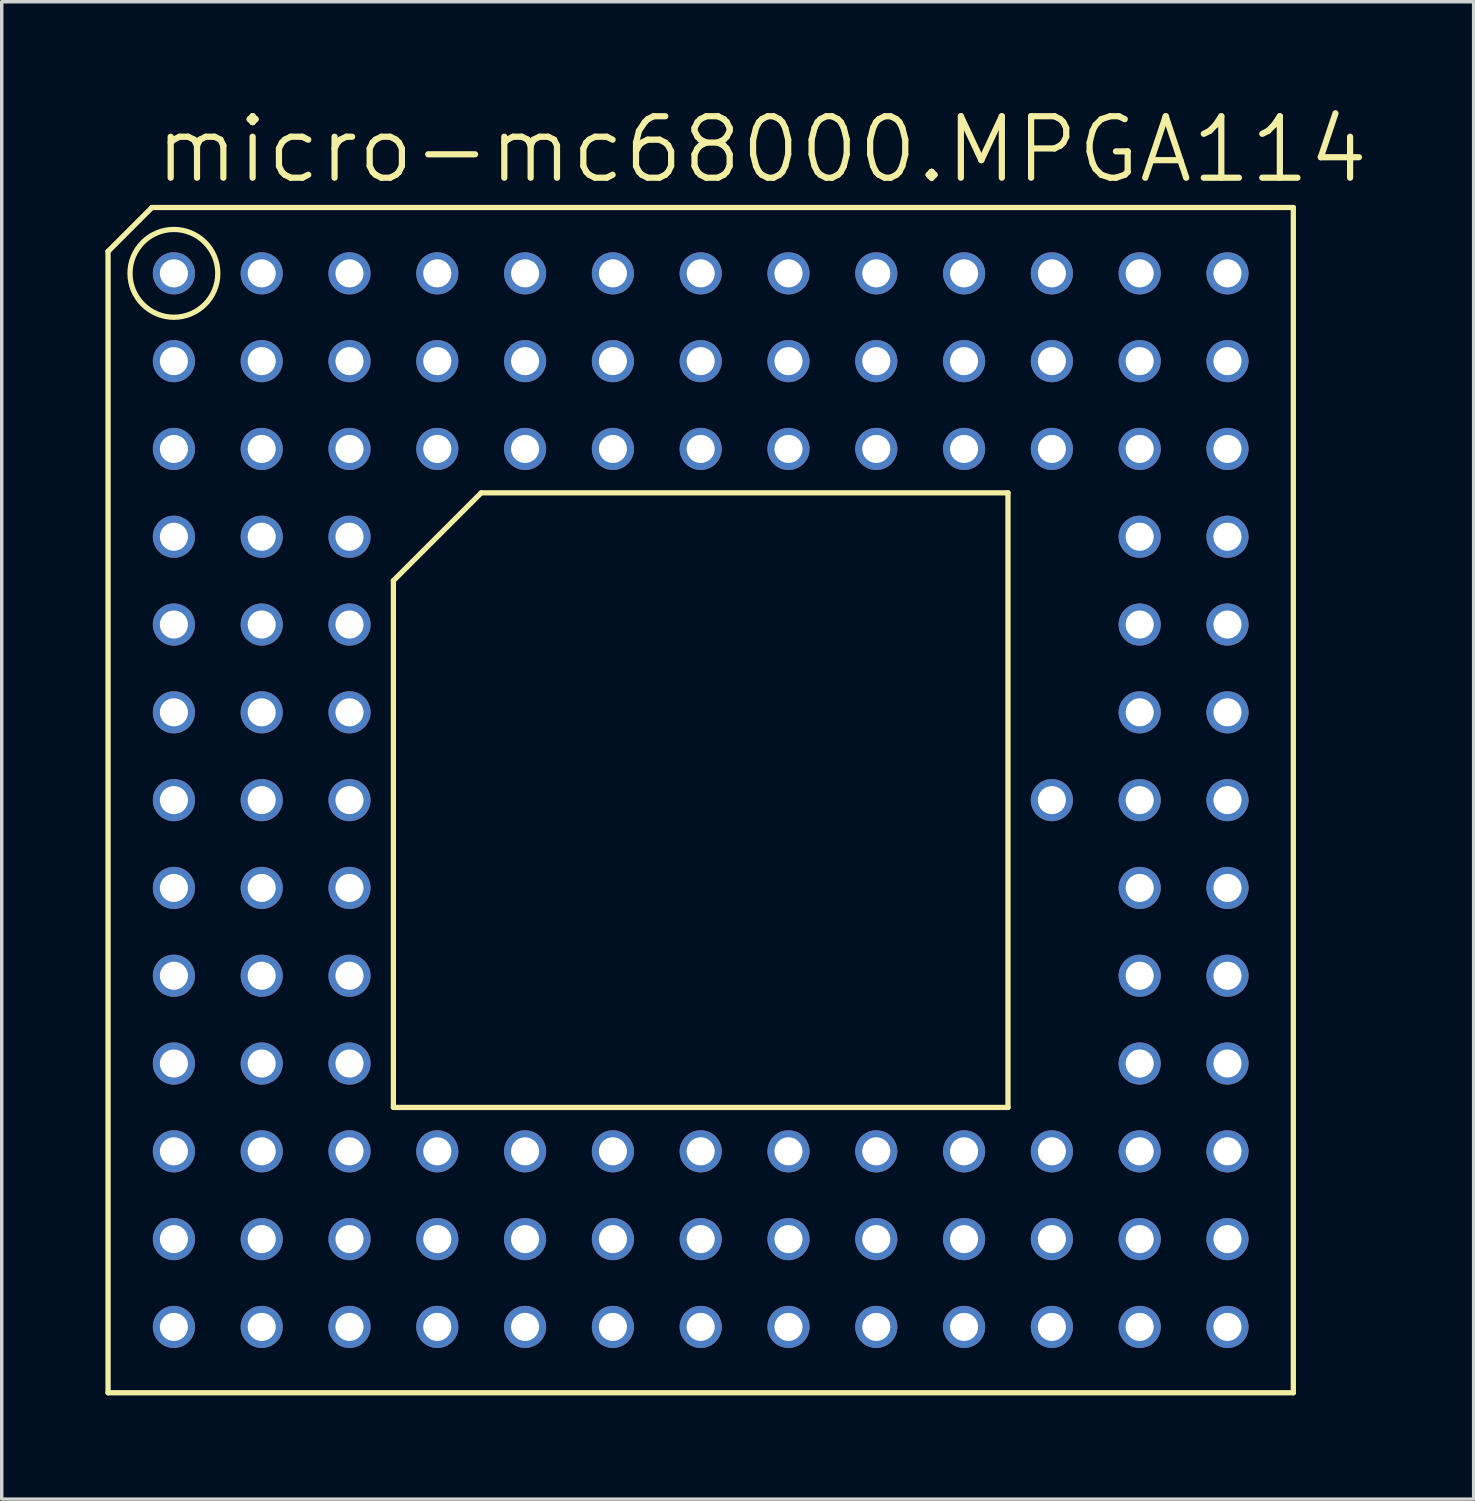
<source format=kicad_pcb>
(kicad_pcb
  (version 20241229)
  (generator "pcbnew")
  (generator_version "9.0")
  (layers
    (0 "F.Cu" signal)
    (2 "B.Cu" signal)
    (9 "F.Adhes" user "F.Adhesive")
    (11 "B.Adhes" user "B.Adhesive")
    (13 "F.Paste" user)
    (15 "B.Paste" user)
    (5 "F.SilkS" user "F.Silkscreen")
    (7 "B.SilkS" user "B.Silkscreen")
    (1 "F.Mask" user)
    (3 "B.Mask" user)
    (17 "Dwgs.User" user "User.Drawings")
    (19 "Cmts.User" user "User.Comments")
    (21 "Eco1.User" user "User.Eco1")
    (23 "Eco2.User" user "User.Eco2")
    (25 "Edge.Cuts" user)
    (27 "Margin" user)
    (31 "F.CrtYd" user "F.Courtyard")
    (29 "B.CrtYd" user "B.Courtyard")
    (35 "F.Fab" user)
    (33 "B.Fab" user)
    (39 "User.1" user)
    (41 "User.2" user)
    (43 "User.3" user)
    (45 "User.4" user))
  (footprint "micro-mc68000.MPGA114"
    (layer "F.Cu")
    (at 17.221 20.098)
    (property "Reference" "micro-mc68000.MPGA114" (at -15.875 -17.78 0) (layer "F.SilkS") (effects (font (size 1.778 1.778) (thickness 0.18)) (justify left bottom)))
    (attr through_hole)
    (fp_line (start -17.145 -15.875) (end -15.875 -17.145) (stroke (width 0.152) (type default)) (layer "F.SilkS"))
    (fp_line (start -17.145 17.145) (end -17.145 -15.875) (stroke (width 0.152) (type default)) (layer "F.SilkS"))
    (fp_line (start -15.875 -17.145) (end 17.145 -17.145) (stroke (width 0.152) (type default)) (layer "F.SilkS"))
    (fp_line (start -8.89 8.89) (end -8.89 -6.35) (stroke (width 0.152) (type default)) (layer "F.SilkS"))
    (fp_line (start -8.89 8.89) (end 8.89 8.89) (stroke (width 0.152) (type default)) (layer "F.SilkS"))
    (fp_line (start -6.35 -8.89) (end -8.89 -6.35) (stroke (width 0.152) (type default)) (layer "F.SilkS"))
    (fp_line (start -6.35 -8.89) (end 8.89 -8.89) (stroke (width 0.152) (type default)) (layer "F.SilkS"))
    (fp_line (start 8.89 -8.89) (end 8.89 8.89) (stroke (width 0.152) (type default)) (layer "F.SilkS"))
    (fp_line (start 17.145 -17.145) (end 17.145 17.145) (stroke (width 0.152) (type default)) (layer "F.SilkS"))
    (fp_line (start 17.145 17.145) (end -17.145 17.145) (stroke (width 0.152) (type default)) (layer "F.SilkS"))
    (fp_circle (center -15.24 -15.24) (end -13.97 -15.24) (stroke (width 0.152) (type default)) (fill no) (layer "F.SilkS"))
    (pad "A01" thru_hole circle (at -15.24 -15.24) (size 1.219 1.219) (drill 0.813) (layers "*.Cu" "*.Mask"))
    (pad "A02" thru_hole circle (at -12.7 -15.24) (size 1.219 1.219) (drill 0.813) (layers "*.Cu" "*.Mask"))
    (pad "A03" thru_hole circle (at -10.16 -15.24) (size 1.219 1.219) (drill 0.813) (layers "*.Cu" "*.Mask"))
    (pad "A04" thru_hole circle (at -7.62 -15.24) (size 1.219 1.219) (drill 0.813) (layers "*.Cu" "*.Mask"))
    (pad "A05" thru_hole circle (at -5.08 -15.24) (size 1.219 1.219) (drill 0.813) (layers "*.Cu" "*.Mask"))
    (pad "A06" thru_hole circle (at -2.54 -15.24) (size 1.219 1.219) (drill 0.813) (layers "*.Cu" "*.Mask"))
    (pad "A07" thru_hole circle (at 0 -15.24) (size 1.219 1.219) (drill 0.813) (layers "*.Cu" "*.Mask"))
    (pad "A08" thru_hole circle (at 2.54 -15.24) (size 1.219 1.219) (drill 0.813) (layers "*.Cu" "*.Mask"))
    (pad "A09" thru_hole circle (at 5.08 -15.24) (size 1.219 1.219) (drill 0.813) (layers "*.Cu" "*.Mask"))
    (pad "A10" thru_hole circle (at 7.62 -15.24) (size 1.219 1.219) (drill 0.813) (layers "*.Cu" "*.Mask"))
    (pad "A11" thru_hole circle (at 10.16 -15.24) (size 1.219 1.219) (drill 0.813) (layers "*.Cu" "*.Mask"))
    (pad "A12" thru_hole circle (at 12.7 -15.24) (size 1.219 1.219) (drill 0.813) (layers "*.Cu" "*.Mask"))
    (pad "A13" thru_hole circle (at 15.24 -15.24) (size 1.219 1.219) (drill 0.813) (layers "*.Cu" "*.Mask"))
    (pad "B01" thru_hole circle (at -15.24 -12.7) (size 1.219 1.219) (drill 0.813) (layers "*.Cu" "*.Mask"))
    (pad "B02" thru_hole circle (at -12.7 -12.7) (size 1.219 1.219) (drill 0.813) (layers "*.Cu" "*.Mask"))
    (pad "B03" thru_hole circle (at -10.16 -12.7) (size 1.219 1.219) (drill 0.813) (layers "*.Cu" "*.Mask"))
    (pad "B04" thru_hole circle (at -7.62 -12.7) (size 1.219 1.219) (drill 0.813) (layers "*.Cu" "*.Mask"))
    (pad "B05" thru_hole circle (at -5.08 -12.7) (size 1.219 1.219) (drill 0.813) (layers "*.Cu" "*.Mask"))
    (pad "B06" thru_hole circle (at -2.54 -12.7) (size 1.219 1.219) (drill 0.813) (layers "*.Cu" "*.Mask"))
    (pad "B07" thru_hole circle (at 0 -12.7) (size 1.219 1.219) (drill 0.813) (layers "*.Cu" "*.Mask"))
    (pad "B08" thru_hole circle (at 2.54 -12.7) (size 1.219 1.219) (drill 0.813) (layers "*.Cu" "*.Mask"))
    (pad "B09" thru_hole circle (at 5.08 -12.7) (size 1.219 1.219) (drill 0.813) (layers "*.Cu" "*.Mask"))
    (pad "B10" thru_hole circle (at 7.62 -12.7) (size 1.219 1.219) (drill 0.813) (layers "*.Cu" "*.Mask"))
    (pad "B11" thru_hole circle (at 10.16 -12.7) (size 1.219 1.219) (drill 0.813) (layers "*.Cu" "*.Mask"))
    (pad "B12" thru_hole circle (at 12.7 -12.7) (size 1.219 1.219) (drill 0.813) (layers "*.Cu" "*.Mask"))
    (pad "B13" thru_hole circle (at 15.24 -12.7) (size 1.219 1.219) (drill 0.813) (layers "*.Cu" "*.Mask"))
    (pad "C01" thru_hole circle (at -15.24 -10.16) (size 1.219 1.219) (drill 0.813) (layers "*.Cu" "*.Mask"))
    (pad "C02" thru_hole circle (at -12.7 -10.16) (size 1.219 1.219) (drill 0.813) (layers "*.Cu" "*.Mask"))
    (pad "C03" thru_hole circle (at -10.16 -10.16) (size 1.219 1.219) (drill 0.813) (layers "*.Cu" "*.Mask"))
    (pad "C04" thru_hole circle (at -7.62 -10.16) (size 1.219 1.219) (drill 0.813) (layers "*.Cu" "*.Mask"))
    (pad "C05" thru_hole circle (at -5.08 -10.16) (size 1.219 1.219) (drill 0.813) (layers "*.Cu" "*.Mask"))
    (pad "C06" thru_hole circle (at -2.54 -10.16) (size 1.219 1.219) (drill 0.813) (layers "*.Cu" "*.Mask"))
    (pad "C07" thru_hole circle (at 0 -10.16) (size 1.219 1.219) (drill 0.813) (layers "*.Cu" "*.Mask"))
    (pad "C08" thru_hole circle (at 2.54 -10.16) (size 1.219 1.219) (drill 0.813) (layers "*.Cu" "*.Mask"))
    (pad "C09" thru_hole circle (at 5.08 -10.16) (size 1.219 1.219) (drill 0.813) (layers "*.Cu" "*.Mask"))
    (pad "C10" thru_hole circle (at 7.62 -10.16) (size 1.219 1.219) (drill 0.813) (layers "*.Cu" "*.Mask"))
    (pad "C11" thru_hole circle (at 10.16 -10.16) (size 1.219 1.219) (drill 0.813) (layers "*.Cu" "*.Mask"))
    (pad "C12" thru_hole circle (at 12.7 -10.16) (size 1.219 1.219) (drill 0.813) (layers "*.Cu" "*.Mask"))
    (pad "C13" thru_hole circle (at 15.24 -10.16) (size 1.219 1.219) (drill 0.813) (layers "*.Cu" "*.Mask"))
    (pad "D01" thru_hole circle (at -15.24 -7.62) (size 1.219 1.219) (drill 0.813) (layers "*.Cu" "*.Mask"))
    (pad "D02" thru_hole circle (at -12.7 -7.62) (size 1.219 1.219) (drill 0.813) (layers "*.Cu" "*.Mask"))
    (pad "D03" thru_hole circle (at -10.16 -7.62) (size 1.219 1.219) (drill 0.813) (layers "*.Cu" "*.Mask"))
    (pad "D12" thru_hole circle (at 12.7 -7.62) (size 1.219 1.219) (drill 0.813) (layers "*.Cu" "*.Mask"))
    (pad "D13" thru_hole circle (at 15.24 -7.62) (size 1.219 1.219) (drill 0.813) (layers "*.Cu" "*.Mask"))
    (pad "E01" thru_hole circle (at -15.24 -5.08) (size 1.219 1.219) (drill 0.813) (layers "*.Cu" "*.Mask"))
    (pad "E02" thru_hole circle (at -12.7 -5.08) (size 1.219 1.219) (drill 0.813) (layers "*.Cu" "*.Mask"))
    (pad "E03" thru_hole circle (at -10.16 -5.08) (size 1.219 1.219) (drill 0.813) (layers "*.Cu" "*.Mask"))
    (pad "E12" thru_hole circle (at 12.7 -5.08) (size 1.219 1.219) (drill 0.813) (layers "*.Cu" "*.Mask"))
    (pad "E13" thru_hole circle (at 15.24 -5.08) (size 1.219 1.219) (drill 0.813) (layers "*.Cu" "*.Mask"))
    (pad "F01" thru_hole circle (at -15.24 -2.54) (size 1.219 1.219) (drill 0.813) (layers "*.Cu" "*.Mask"))
    (pad "F02" thru_hole circle (at -12.7 -2.54) (size 1.219 1.219) (drill 0.813) (layers "*.Cu" "*.Mask"))
    (pad "F03" thru_hole circle (at -10.16 -2.54) (size 1.219 1.219) (drill 0.813) (layers "*.Cu" "*.Mask"))
    (pad "F12" thru_hole circle (at 12.7 -2.54) (size 1.219 1.219) (drill 0.813) (layers "*.Cu" "*.Mask"))
    (pad "F13" thru_hole circle (at 15.24 -2.54) (size 1.219 1.219) (drill 0.813) (layers "*.Cu" "*.Mask"))
    (pad "G01" thru_hole circle (at -15.24 0) (size 1.219 1.219) (drill 0.813) (layers "*.Cu" "*.Mask"))
    (pad "G02" thru_hole circle (at -12.7 0) (size 1.219 1.219) (drill 0.813) (layers "*.Cu" "*.Mask"))
    (pad "G03" thru_hole circle (at -10.16 0) (size 1.219 1.219) (drill 0.813) (layers "*.Cu" "*.Mask"))
    (pad "G11" thru_hole circle (at 10.16 0) (size 1.219 1.219) (drill 0.813) (layers "*.Cu" "*.Mask"))
    (pad "G12" thru_hole circle (at 12.7 0) (size 1.219 1.219) (drill 0.813) (layers "*.Cu" "*.Mask"))
    (pad "G13" thru_hole circle (at 15.24 0) (size 1.219 1.219) (drill 0.813) (layers "*.Cu" "*.Mask"))
    (pad "H01" thru_hole circle (at -15.24 2.54) (size 1.219 1.219) (drill 0.813) (layers "*.Cu" "*.Mask"))
    (pad "H02" thru_hole circle (at -12.7 2.54) (size 1.219 1.219) (drill 0.813) (layers "*.Cu" "*.Mask"))
    (pad "H03" thru_hole circle (at -10.16 2.54) (size 1.219 1.219) (drill 0.813) (layers "*.Cu" "*.Mask"))
    (pad "H12" thru_hole circle (at 12.7 2.54) (size 1.219 1.219) (drill 0.813) (layers "*.Cu" "*.Mask"))
    (pad "H13" thru_hole circle (at 15.24 2.54) (size 1.219 1.219) (drill 0.813) (layers "*.Cu" "*.Mask"))
    (pad "J01" thru_hole circle (at -15.24 5.08) (size 1.219 1.219) (drill 0.813) (layers "*.Cu" "*.Mask"))
    (pad "J02" thru_hole circle (at -12.7 5.08) (size 1.219 1.219) (drill 0.813) (layers "*.Cu" "*.Mask"))
    (pad "J03" thru_hole circle (at -10.16 5.08) (size 1.219 1.219) (drill 0.813) (layers "*.Cu" "*.Mask"))
    (pad "J12" thru_hole circle (at 12.7 5.08) (size 1.219 1.219) (drill 0.813) (layers "*.Cu" "*.Mask"))
    (pad "J13" thru_hole circle (at 15.24 5.08) (size 1.219 1.219) (drill 0.813) (layers "*.Cu" "*.Mask"))
    (pad "K01" thru_hole circle (at -15.24 7.62) (size 1.219 1.219) (drill 0.813) (layers "*.Cu" "*.Mask"))
    (pad "K02" thru_hole circle (at -12.7 7.62) (size 1.219 1.219) (drill 0.813) (layers "*.Cu" "*.Mask"))
    (pad "K03" thru_hole circle (at -10.16 7.62) (size 1.219 1.219) (drill 0.813) (layers "*.Cu" "*.Mask"))
    (pad "K12" thru_hole circle (at 12.7 7.62) (size 1.219 1.219) (drill 0.813) (layers "*.Cu" "*.Mask"))
    (pad "K13" thru_hole circle (at 15.24 7.62) (size 1.219 1.219) (drill 0.813) (layers "*.Cu" "*.Mask"))
    (pad "L01" thru_hole circle (at -15.24 10.16) (size 1.219 1.219) (drill 0.813) (layers "*.Cu" "*.Mask"))
    (pad "L02" thru_hole circle (at -12.7 10.16) (size 1.219 1.219) (drill 0.813) (layers "*.Cu" "*.Mask"))
    (pad "L03" thru_hole circle (at -10.16 10.16) (size 1.219 1.219) (drill 0.813) (layers "*.Cu" "*.Mask"))
    (pad "L04" thru_hole circle (at -7.62 10.16) (size 1.219 1.219) (drill 0.813) (layers "*.Cu" "*.Mask"))
    (pad "L05" thru_hole circle (at -5.08 10.16) (size 1.219 1.219) (drill 0.813) (layers "*.Cu" "*.Mask"))
    (pad "L06" thru_hole circle (at -2.54 10.16) (size 1.219 1.219) (drill 0.813) (layers "*.Cu" "*.Mask"))
    (pad "L07" thru_hole circle (at 0 10.16) (size 1.219 1.219) (drill 0.813) (layers "*.Cu" "*.Mask"))
    (pad "L08" thru_hole circle (at 2.54 10.16) (size 1.219 1.219) (drill 0.813) (layers "*.Cu" "*.Mask"))
    (pad "L09" thru_hole circle (at 5.08 10.16) (size 1.219 1.219) (drill 0.813) (layers "*.Cu" "*.Mask"))
    (pad "L10" thru_hole circle (at 7.62 10.16) (size 1.219 1.219) (drill 0.813) (layers "*.Cu" "*.Mask"))
    (pad "L11" thru_hole circle (at 10.16 10.16) (size 1.219 1.219) (drill 0.813) (layers "*.Cu" "*.Mask"))
    (pad "L12" thru_hole circle (at 12.7 10.16) (size 1.219 1.219) (drill 0.813) (layers "*.Cu" "*.Mask"))
    (pad "L13" thru_hole circle (at 15.24 10.16) (size 1.219 1.219) (drill 0.813) (layers "*.Cu" "*.Mask"))
    (pad "M01" thru_hole circle (at -15.24 12.7) (size 1.219 1.219) (drill 0.813) (layers "*.Cu" "*.Mask"))
    (pad "M02" thru_hole circle (at -12.7 12.7) (size 1.219 1.219) (drill 0.813) (layers "*.Cu" "*.Mask"))
    (pad "M03" thru_hole circle (at -10.16 12.7) (size 1.219 1.219) (drill 0.813) (layers "*.Cu" "*.Mask"))
    (pad "M04" thru_hole circle (at -7.62 12.7) (size 1.219 1.219) (drill 0.813) (layers "*.Cu" "*.Mask"))
    (pad "M05" thru_hole circle (at -5.08 12.7) (size 1.219 1.219) (drill 0.813) (layers "*.Cu" "*.Mask"))
    (pad "M06" thru_hole circle (at -2.54 12.7) (size 1.219 1.219) (drill 0.813) (layers "*.Cu" "*.Mask"))
    (pad "M07" thru_hole circle (at 0 12.7) (size 1.219 1.219) (drill 0.813) (layers "*.Cu" "*.Mask"))
    (pad "M08" thru_hole circle (at 2.54 12.7) (size 1.219 1.219) (drill 0.813) (layers "*.Cu" "*.Mask"))
    (pad "M09" thru_hole circle (at 5.08 12.7) (size 1.219 1.219) (drill 0.813) (layers "*.Cu" "*.Mask"))
    (pad "M10" thru_hole circle (at 7.62 12.7) (size 1.219 1.219) (drill 0.813) (layers "*.Cu" "*.Mask"))
    (pad "M11" thru_hole circle (at 10.16 12.7) (size 1.219 1.219) (drill 0.813) (layers "*.Cu" "*.Mask"))
    (pad "M12" thru_hole circle (at 12.7 12.7) (size 1.219 1.219) (drill 0.813) (layers "*.Cu" "*.Mask"))
    (pad "M13" thru_hole circle (at 15.24 12.7) (size 1.219 1.219) (drill 0.813) (layers "*.Cu" "*.Mask"))
    (pad "N01" thru_hole circle (at -15.24 15.24) (size 1.219 1.219) (drill 0.813) (layers "*.Cu" "*.Mask"))
    (pad "N02" thru_hole circle (at -12.7 15.24) (size 1.219 1.219) (drill 0.813) (layers "*.Cu" "*.Mask"))
    (pad "N03" thru_hole circle (at -10.16 15.24) (size 1.219 1.219) (drill 0.813) (layers "*.Cu" "*.Mask"))
    (pad "N04" thru_hole circle (at -7.62 15.24) (size 1.219 1.219) (drill 0.813) (layers "*.Cu" "*.Mask"))
    (pad "N05" thru_hole circle (at -5.08 15.24) (size 1.219 1.219) (drill 0.813) (layers "*.Cu" "*.Mask"))
    (pad "N06" thru_hole circle (at -2.54 15.24) (size 1.219 1.219) (drill 0.813) (layers "*.Cu" "*.Mask"))
    (pad "N07" thru_hole circle (at 0 15.24) (size 1.219 1.219) (drill 0.813) (layers "*.Cu" "*.Mask"))
    (pad "N08" thru_hole circle (at 2.54 15.24) (size 1.219 1.219) (drill 0.813) (layers "*.Cu" "*.Mask"))
    (pad "N09" thru_hole circle (at 5.08 15.24) (size 1.219 1.219) (drill 0.813) (layers "*.Cu" "*.Mask"))
    (pad "N10" thru_hole circle (at 7.62 15.24) (size 1.219 1.219) (drill 0.813) (layers "*.Cu" "*.Mask"))
    (pad "N11" thru_hole circle (at 10.16 15.24) (size 1.219 1.219) (drill 0.813) (layers "*.Cu" "*.Mask"))
    (pad "N12" thru_hole circle (at 12.7 15.24) (size 1.219 1.219) (drill 0.813) (layers "*.Cu" "*.Mask"))
    (pad "N13" thru_hole circle (at 15.24 15.24) (size 1.219 1.219) (drill 0.813) (layers "*.Cu" "*.Mask")))
  (gr_rect
    (start -3 -3)
    (end 39.583 40.319)
    (stroke (width 0.1) (type default))
    (fill no)
    (layer "Edge.Cuts")))
</source>
